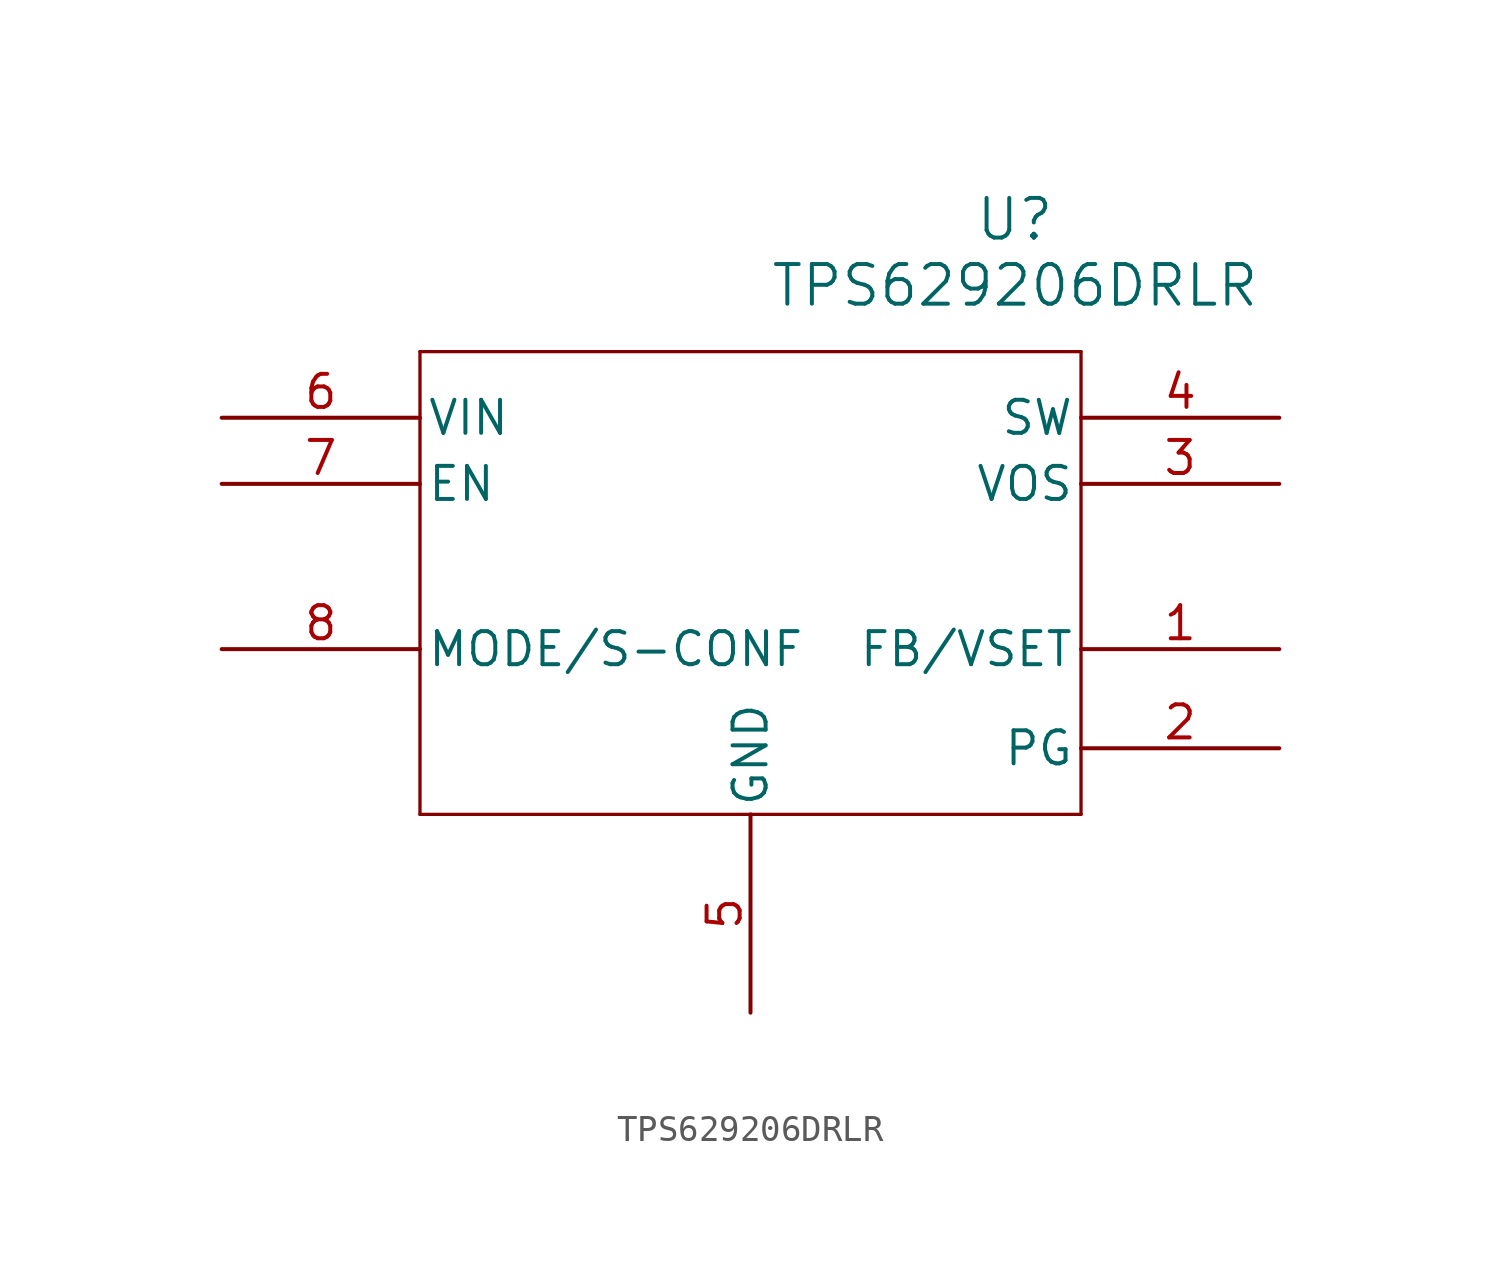
<source format=kicad_sym>
(kicad_symbol_lib
  (version 20241209)
  (generator "kicad_symbol_editor")
  (generator_version "9.0")
  (symbol "TPS629206DRLR"
    (pin_names
      (offset 0.254))
    (property "Reference" "U"
      (at 30.48 10.16 0)
      (effects (font (size 1.524 1.524))))
    (property "Value" "TPS629206DRLR"
      (at 30.48 7.62 0)
      (effects (font (size 1.524 1.524))))
    (property "ki_locked" ""
      (at 0 0 0)
      (effects (font (size 1.27 1.27))))
    (symbol "TPS629206DRLR_0_1"
      (polyline (pts (xy 7.62 5.08) (xy 7.62 -12.7)) (stroke (width 0.127) (type default)) (fill (type none)))
      (polyline (pts (xy 7.62 -12.7) (xy 33.02 -12.7)) (stroke (width 0.127) (type default)) (fill (type none)))
      (polyline (pts (xy 33.02 5.08) (xy 7.62 5.08)) (stroke (width 0.127) (type default)) (fill (type none)))
      (polyline (pts (xy 33.02 -12.7) (xy 33.02 5.08)) (stroke (width 0.127) (type default)) (fill (type none)))
      (pin input line (at 0 2.54 0) (length 7.62) (name "VIN" (effects (font (size 1.27 1.27)))) (number "6" (effects (font (size 1.27 1.27)))))
      (pin input line (at 0 0 0) (length 7.62) (name "EN" (effects (font (size 1.27 1.27)))) (number "7" (effects (font (size 1.27 1.27)))))
      (pin input line (at 0 -6.35 0) (length 7.62) (name "MODE/S-CONF" (effects (font (size 1.27 1.27)))) (number "8" (effects (font (size 1.27 1.27)))))
      (pin unspecified line (at 40.64 2.54 180) (length 7.62) (name "SW" (effects (font (size 1.27 1.27)))) (number "4" (effects (font (size 1.27 1.27)))))
      (pin input line (at 40.64 0 180) (length 7.62) (name "VOS" (effects (font (size 1.27 1.27)))) (number "3" (effects (font (size 1.27 1.27)))))
      (pin input line (at 40.64 -6.35 180) (length 7.62) (name "FB/VSET" (effects (font (size 1.27 1.27)))) (number "1" (effects (font (size 1.27 1.27)))))
      (pin output line (at 40.64 -10.16 180) (length 7.62) (name "PG" (effects (font (size 1.27 1.27)))) (number "2" (effects (font (size 1.27 1.27))))))
    (symbol "TPS629206DRLR_1_1"
      (pin power_out line (at 20.32 -20.32 90) (length 7.62) (name "GND" (effects (font (size 1.27 1.27)))) (number "5" (effects (font (size 1.27 1.27))))))))
</source>
